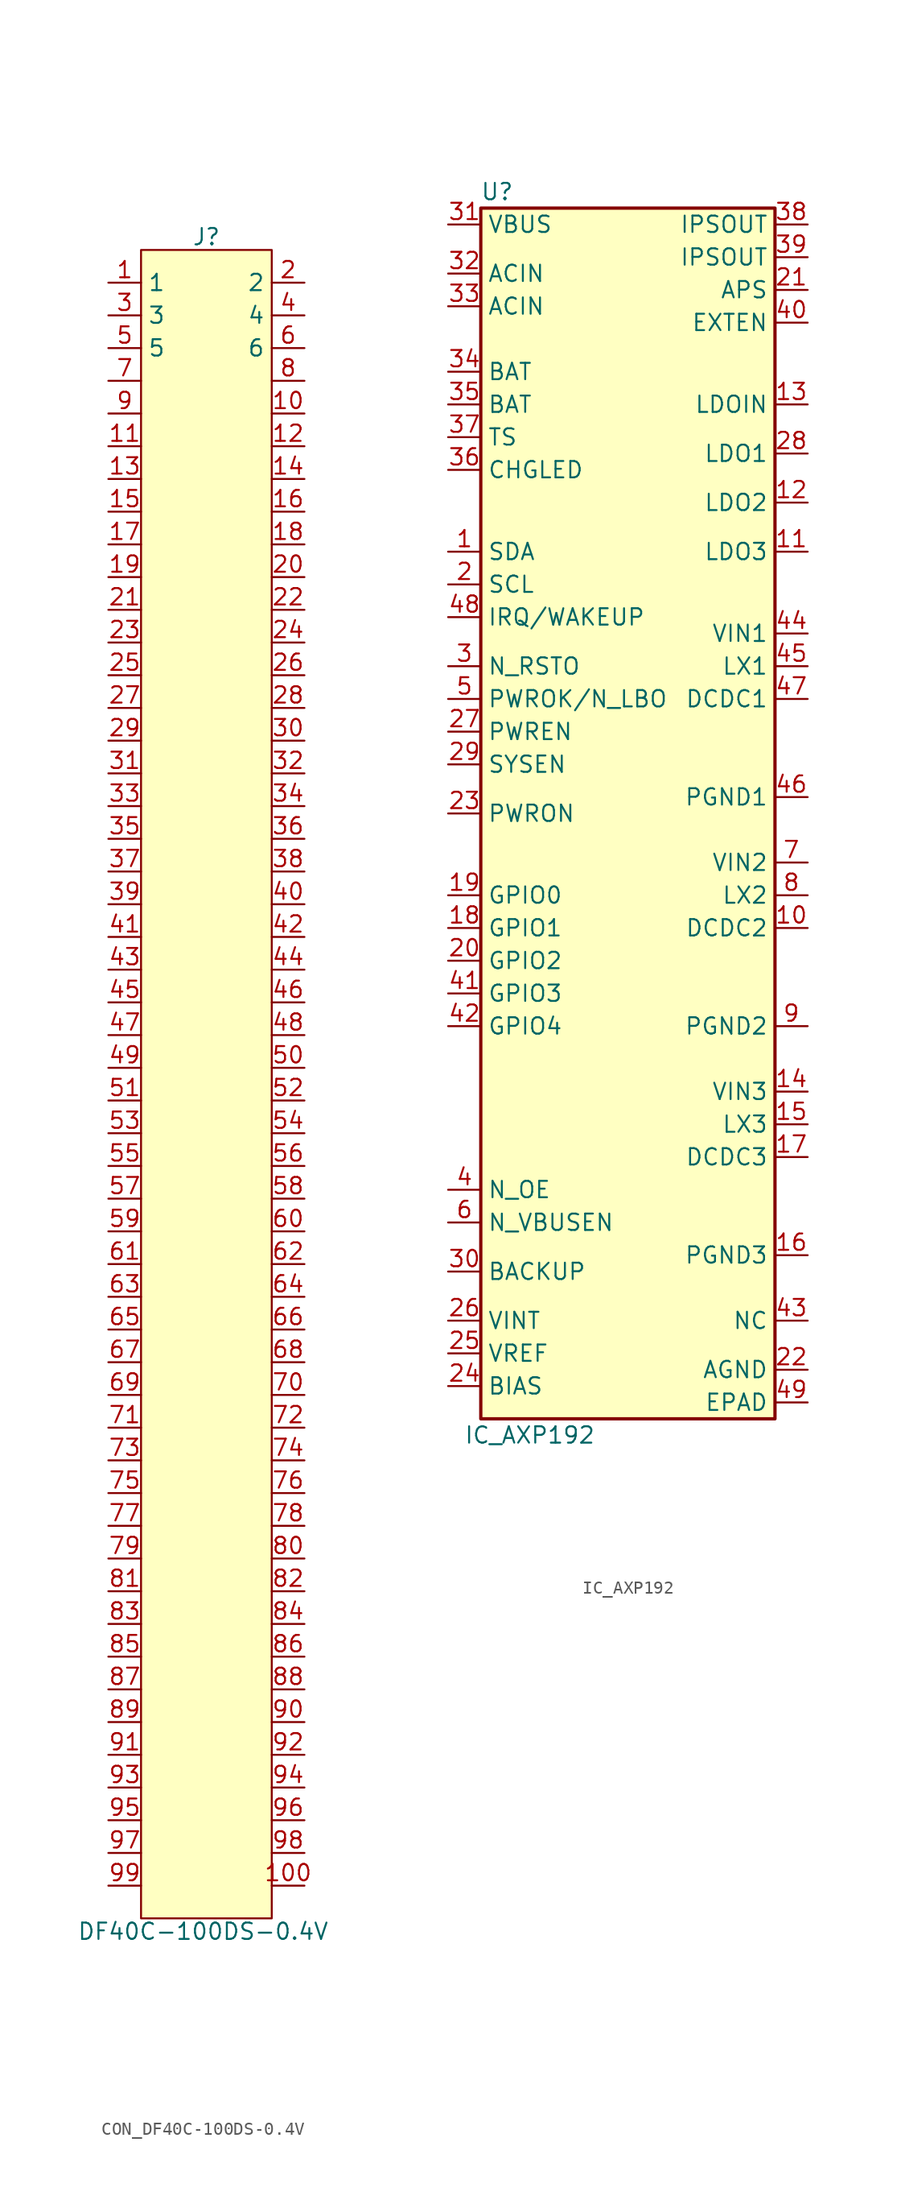
<source format=kicad_sym>
(kicad_symbol_lib
  (version 20241209)
  (generator "kicad_symbol_editor")
  (generator_version "9.0")
  (symbol "CON_DF40C-100DS-0.4V"
    (property "Reference" "J"
      (at 0 65.786 0)
      (effects (font (size 1.27 1.27))))
    (property "Value" "DF40C-100DS-0.4V"
      (at -0.254 -65.786 0)
      (effects (font (size 1.27 1.27))))
    (symbol "CON_DF40C-100DS-0.4V_1_0"
      (pin passive line (at -7.62 59.69 0) (length 2.54) (name "3" (effects (font (size 1.27 1.27)))) (number "3" (effects (font (size 1.27 1.27)))))
      (pin passive line (at -7.62 57.15 0) (length 2.54) (name "5" (effects (font (size 1.27 1.27)))) (number "5" (effects (font (size 1.27 1.27)))))
      (pin passive line (at -7.62 54.61 0) (length 2.54) (name "" (effects (font (size 1.27 1.27)))) (number "7" (effects (font (size 1.27 1.27)))))
      (pin passive line (at -7.62 52.07 0) (length 2.54) (name "" (effects (font (size 1.27 1.27)))) (number "9" (effects (font (size 1.27 1.27)))))
      (pin passive line (at -7.62 49.53 0) (length 2.54) (name "" (effects (font (size 1.27 1.27)))) (number "11" (effects (font (size 1.27 1.27)))))
      (pin passive line (at -7.62 46.99 0) (length 2.54) (name "" (effects (font (size 1.27 1.27)))) (number "13" (effects (font (size 1.27 1.27)))))
      (pin passive line (at -7.62 44.45 0) (length 2.54) (name "" (effects (font (size 1.27 1.27)))) (number "15" (effects (font (size 1.27 1.27)))))
      (pin passive line (at -7.62 41.91 0) (length 2.54) (name "" (effects (font (size 1.27 1.27)))) (number "17" (effects (font (size 1.27 1.27)))))
      (pin passive line (at -7.62 39.37 0) (length 2.54) (name "" (effects (font (size 1.27 1.27)))) (number "19" (effects (font (size 1.27 1.27)))))
      (pin passive line (at -7.62 36.83 0) (length 2.54) (name "" (effects (font (size 1.27 1.27)))) (number "21" (effects (font (size 1.27 1.27)))))
      (pin passive line (at -7.62 34.29 0) (length 2.54) (name "" (effects (font (size 1.27 1.27)))) (number "23" (effects (font (size 1.27 1.27)))))
      (pin passive line (at -7.62 31.75 0) (length 2.54) (name "" (effects (font (size 1.27 1.27)))) (number "25" (effects (font (size 1.27 1.27)))))
      (pin passive line (at -7.62 29.21 0) (length 2.54) (name "" (effects (font (size 1.27 1.27)))) (number "27" (effects (font (size 1.27 1.27)))))
      (pin passive line (at -7.62 26.67 0) (length 2.54) (name "" (effects (font (size 1.27 1.27)))) (number "29" (effects (font (size 1.27 1.27)))))
      (pin passive line (at -7.62 24.13 0) (length 2.54) (name "" (effects (font (size 1.27 1.27)))) (number "31" (effects (font (size 1.27 1.27)))))
      (pin passive line (at -7.62 21.59 0) (length 2.54) (name "" (effects (font (size 1.27 1.27)))) (number "33" (effects (font (size 1.27 1.27)))))
      (pin passive line (at -7.62 19.05 0) (length 2.54) (name "" (effects (font (size 1.27 1.27)))) (number "35" (effects (font (size 1.27 1.27)))))
      (pin passive line (at -7.62 16.51 0) (length 2.54) (name "" (effects (font (size 1.27 1.27)))) (number "37" (effects (font (size 1.27 1.27)))))
      (pin passive line (at -7.62 13.97 0) (length 2.54) (name "" (effects (font (size 1.27 1.27)))) (number "39" (effects (font (size 1.27 1.27)))))
      (pin passive line (at -7.62 11.43 0) (length 2.54) (name "" (effects (font (size 1.27 1.27)))) (number "41" (effects (font (size 1.27 1.27)))))
      (pin passive line (at -7.62 8.89 0) (length 2.54) (name "" (effects (font (size 1.27 1.27)))) (number "43" (effects (font (size 1.27 1.27)))))
      (pin passive line (at -7.62 6.35 0) (length 2.54) (name "" (effects (font (size 1.27 1.27)))) (number "45" (effects (font (size 1.27 1.27)))))
      (pin passive line (at -7.62 3.81 0) (length 2.54) (name "" (effects (font (size 1.27 1.27)))) (number "47" (effects (font (size 1.27 1.27)))))
      (pin passive line (at -7.62 1.27 0) (length 2.54) (name "" (effects (font (size 1.27 1.27)))) (number "49" (effects (font (size 1.27 1.27)))))
      (pin passive line (at -7.62 -1.27 0) (length 2.54) (name "" (effects (font (size 1.27 1.27)))) (number "51" (effects (font (size 1.27 1.27)))))
      (pin passive line (at -7.62 -3.81 0) (length 2.54) (name "" (effects (font (size 1.27 1.27)))) (number "53" (effects (font (size 1.27 1.27)))))
      (pin passive line (at -7.62 -6.35 0) (length 2.54) (name "" (effects (font (size 1.27 1.27)))) (number "55" (effects (font (size 1.27 1.27)))))
      (pin passive line (at -7.62 -8.89 0) (length 2.54) (name "" (effects (font (size 1.27 1.27)))) (number "57" (effects (font (size 1.27 1.27)))))
      (pin passive line (at -7.62 -11.43 0) (length 2.54) (name "" (effects (font (size 1.27 1.27)))) (number "59" (effects (font (size 1.27 1.27)))))
      (pin passive line (at -7.62 -13.97 0) (length 2.54) (name "" (effects (font (size 1.27 1.27)))) (number "61" (effects (font (size 1.27 1.27)))))
      (pin passive line (at -7.62 -16.51 0) (length 2.54) (name "" (effects (font (size 1.27 1.27)))) (number "63" (effects (font (size 1.27 1.27)))))
      (pin passive line (at -7.62 -19.05 0) (length 2.54) (name "" (effects (font (size 1.27 1.27)))) (number "65" (effects (font (size 1.27 1.27)))))
      (pin passive line (at -7.62 -21.59 0) (length 2.54) (name "" (effects (font (size 1.27 1.27)))) (number "67" (effects (font (size 1.27 1.27)))))
      (pin passive line (at -7.62 -24.13 0) (length 2.54) (name "" (effects (font (size 1.27 1.27)))) (number "69" (effects (font (size 1.27 1.27)))))
      (pin passive line (at -7.62 -26.67 0) (length 2.54) (name "" (effects (font (size 1.27 1.27)))) (number "71" (effects (font (size 1.27 1.27)))))
      (pin passive line (at -7.62 -29.21 0) (length 2.54) (name "" (effects (font (size 1.27 1.27)))) (number "73" (effects (font (size 1.27 1.27)))))
      (pin passive line (at -7.62 -31.75 0) (length 2.54) (name "" (effects (font (size 1.27 1.27)))) (number "75" (effects (font (size 1.27 1.27)))))
      (pin passive line (at -7.62 -34.29 0) (length 2.54) (name "" (effects (font (size 1.27 1.27)))) (number "77" (effects (font (size 1.27 1.27)))))
      (pin passive line (at -7.62 -36.83 0) (length 2.54) (name "" (effects (font (size 1.27 1.27)))) (number "79" (effects (font (size 1.27 1.27)))))
      (pin passive line (at -7.62 -39.37 0) (length 2.54) (name "" (effects (font (size 1.27 1.27)))) (number "81" (effects (font (size 1.27 1.27)))))
      (pin passive line (at -7.62 -41.91 0) (length 2.54) (name "" (effects (font (size 1.27 1.27)))) (number "83" (effects (font (size 1.27 1.27)))))
      (pin passive line (at -7.62 -44.45 0) (length 2.54) (name "" (effects (font (size 1.27 1.27)))) (number "85" (effects (font (size 1.27 1.27)))))
      (pin passive line (at -7.62 -46.99 0) (length 2.54) (name "" (effects (font (size 1.27 1.27)))) (number "87" (effects (font (size 1.27 1.27)))))
      (pin passive line (at -7.62 -49.53 0) (length 2.54) (name "" (effects (font (size 1.27 1.27)))) (number "89" (effects (font (size 1.27 1.27)))))
      (pin passive line (at -7.62 -52.07 0) (length 2.54) (name "" (effects (font (size 1.27 1.27)))) (number "91" (effects (font (size 1.27 1.27)))))
      (pin passive line (at -7.62 -54.61 0) (length 2.54) (name "" (effects (font (size 1.27 1.27)))) (number "93" (effects (font (size 1.27 1.27)))))
      (pin passive line (at -7.62 -57.15 0) (length 2.54) (name "" (effects (font (size 1.27 1.27)))) (number "95" (effects (font (size 1.27 1.27)))))
      (pin passive line (at -7.62 -59.69 0) (length 2.54) (name "" (effects (font (size 1.27 1.27)))) (number "97" (effects (font (size 1.27 1.27)))))
      (pin passive line (at -7.62 -62.23 0) (length 2.54) (name "" (effects (font (size 1.27 1.27)))) (number "99" (effects (font (size 1.27 1.27)))))
      (pin passive line (at 7.62 62.23 180) (length 2.54) (name "2" (effects (font (size 1.27 1.27)))) (number "2" (effects (font (size 1.27 1.27)))))
      (pin passive line (at 7.62 59.69 180) (length 2.54) (name "4" (effects (font (size 1.27 1.27)))) (number "4" (effects (font (size 1.27 1.27)))))
      (pin passive line (at 7.62 57.15 180) (length 2.54) (name "6" (effects (font (size 1.27 1.27)))) (number "6" (effects (font (size 1.27 1.27)))))
      (pin passive line (at 7.62 54.61 180) (length 2.54) (name "" (effects (font (size 1.27 1.27)))) (number "8" (effects (font (size 1.27 1.27)))))
      (pin passive line (at 7.62 52.07 180) (length 2.54) (name "" (effects (font (size 1.27 1.27)))) (number "10" (effects (font (size 1.27 1.27)))))
      (pin passive line (at 7.62 49.53 180) (length 2.54) (name "" (effects (font (size 1.27 1.27)))) (number "12" (effects (font (size 1.27 1.27)))))
      (pin passive line (at 7.62 46.99 180) (length 2.54) (name "" (effects (font (size 1.27 1.27)))) (number "14" (effects (font (size 1.27 1.27)))))
      (pin passive line (at 7.62 44.45 180) (length 2.54) (name "" (effects (font (size 1.27 1.27)))) (number "16" (effects (font (size 1.27 1.27)))))
      (pin passive line (at 7.62 41.91 180) (length 2.54) (name "" (effects (font (size 1.27 1.27)))) (number "18" (effects (font (size 1.27 1.27)))))
      (pin passive line (at 7.62 39.37 180) (length 2.54) (name "" (effects (font (size 1.27 1.27)))) (number "20" (effects (font (size 1.27 1.27)))))
      (pin passive line (at 7.62 36.83 180) (length 2.54) (name "" (effects (font (size 1.27 1.27)))) (number "22" (effects (font (size 1.27 1.27)))))
      (pin passive line (at 7.62 34.29 180) (length 2.54) (name "" (effects (font (size 1.27 1.27)))) (number "24" (effects (font (size 1.27 1.27)))))
      (pin passive line (at 7.62 31.75 180) (length 2.54) (name "" (effects (font (size 1.27 1.27)))) (number "26" (effects (font (size 1.27 1.27)))))
      (pin passive line (at 7.62 29.21 180) (length 2.54) (name "" (effects (font (size 1.27 1.27)))) (number "28" (effects (font (size 1.27 1.27)))))
      (pin passive line (at 7.62 26.67 180) (length 2.54) (name "" (effects (font (size 1.27 1.27)))) (number "30" (effects (font (size 1.27 1.27)))))
      (pin passive line (at 7.62 24.13 180) (length 2.54) (name "" (effects (font (size 1.27 1.27)))) (number "32" (effects (font (size 1.27 1.27)))))
      (pin passive line (at 7.62 21.59 180) (length 2.54) (name "" (effects (font (size 1.27 1.27)))) (number "34" (effects (font (size 1.27 1.27)))))
      (pin passive line (at 7.62 19.05 180) (length 2.54) (name "" (effects (font (size 1.27 1.27)))) (number "36" (effects (font (size 1.27 1.27)))))
      (pin passive line (at 7.62 16.51 180) (length 2.54) (name "" (effects (font (size 1.27 1.27)))) (number "38" (effects (font (size 1.27 1.27)))))
      (pin passive line (at 7.62 13.97 180) (length 2.54) (name "" (effects (font (size 1.27 1.27)))) (number "40" (effects (font (size 1.27 1.27)))))
      (pin passive line (at 7.62 11.43 180) (length 2.54) (name "" (effects (font (size 1.27 1.27)))) (number "42" (effects (font (size 1.27 1.27)))))
      (pin passive line (at 7.62 8.89 180) (length 2.54) (name "" (effects (font (size 1.27 1.27)))) (number "44" (effects (font (size 1.27 1.27)))))
      (pin passive line (at 7.62 6.35 180) (length 2.54) (name "" (effects (font (size 1.27 1.27)))) (number "46" (effects (font (size 1.27 1.27)))))
      (pin passive line (at 7.62 3.81 180) (length 2.54) (name "" (effects (font (size 1.27 1.27)))) (number "48" (effects (font (size 1.27 1.27)))))
      (pin passive line (at 7.62 1.27 180) (length 2.54) (name "" (effects (font (size 1.27 1.27)))) (number "50" (effects (font (size 1.27 1.27)))))
      (pin passive line (at 7.62 -1.27 180) (length 2.54) (name "" (effects (font (size 1.27 1.27)))) (number "52" (effects (font (size 1.27 1.27)))))
      (pin passive line (at 7.62 -3.81 180) (length 2.54) (name "" (effects (font (size 1.27 1.27)))) (number "54" (effects (font (size 1.27 1.27)))))
      (pin passive line (at 7.62 -6.35 180) (length 2.54) (name "" (effects (font (size 1.27 1.27)))) (number "56" (effects (font (size 1.27 1.27)))))
      (pin passive line (at 7.62 -8.89 180) (length 2.54) (name "" (effects (font (size 1.27 1.27)))) (number "58" (effects (font (size 1.27 1.27)))))
      (pin passive line (at 7.62 -11.43 180) (length 2.54) (name "" (effects (font (size 1.27 1.27)))) (number "60" (effects (font (size 1.27 1.27)))))
      (pin passive line (at 7.62 -13.97 180) (length 2.54) (name "" (effects (font (size 1.27 1.27)))) (number "62" (effects (font (size 1.27 1.27)))))
      (pin passive line (at 7.62 -16.51 180) (length 2.54) (name "" (effects (font (size 1.27 1.27)))) (number "64" (effects (font (size 1.27 1.27)))))
      (pin passive line (at 7.62 -19.05 180) (length 2.54) (name "" (effects (font (size 1.27 1.27)))) (number "66" (effects (font (size 1.27 1.27)))))
      (pin passive line (at 7.62 -21.59 180) (length 2.54) (name "" (effects (font (size 1.27 1.27)))) (number "68" (effects (font (size 1.27 1.27)))))
      (pin passive line (at 7.62 -24.13 180) (length 2.54) (name "" (effects (font (size 1.27 1.27)))) (number "70" (effects (font (size 1.27 1.27)))))
      (pin passive line (at 7.62 -26.67 180) (length 2.54) (name "" (effects (font (size 1.27 1.27)))) (number "72" (effects (font (size 1.27 1.27)))))
      (pin passive line (at 7.62 -29.21 180) (length 2.54) (name "" (effects (font (size 1.27 1.27)))) (number "74" (effects (font (size 1.27 1.27)))))
      (pin passive line (at 7.62 -31.75 180) (length 2.54) (name "" (effects (font (size 1.27 1.27)))) (number "76" (effects (font (size 1.27 1.27)))))
      (pin passive line (at 7.62 -34.29 180) (length 2.54) (name "" (effects (font (size 1.27 1.27)))) (number "78" (effects (font (size 1.27 1.27)))))
      (pin passive line (at 7.62 -36.83 180) (length 2.54) (name "" (effects (font (size 1.27 1.27)))) (number "80" (effects (font (size 1.27 1.27)))))
      (pin passive line (at 7.62 -39.37 180) (length 2.54) (name "" (effects (font (size 1.27 1.27)))) (number "82" (effects (font (size 1.27 1.27)))))
      (pin passive line (at 7.62 -41.91 180) (length 2.54) (name "" (effects (font (size 1.27 1.27)))) (number "84" (effects (font (size 1.27 1.27)))))
      (pin passive line (at 7.62 -44.45 180) (length 2.54) (name "" (effects (font (size 1.27 1.27)))) (number "86" (effects (font (size 1.27 1.27)))))
      (pin passive line (at 7.62 -46.99 180) (length 2.54) (name "" (effects (font (size 1.27 1.27)))) (number "88" (effects (font (size 1.27 1.27)))))
      (pin passive line (at 7.62 -49.53 180) (length 2.54) (name "" (effects (font (size 1.27 1.27)))) (number "90" (effects (font (size 1.27 1.27)))))
      (pin passive line (at 7.62 -52.07 180) (length 2.54) (name "" (effects (font (size 1.27 1.27)))) (number "92" (effects (font (size 1.27 1.27)))))
      (pin passive line (at 7.62 -54.61 180) (length 2.54) (name "" (effects (font (size 1.27 1.27)))) (number "94" (effects (font (size 1.27 1.27)))))
      (pin passive line (at 7.62 -57.15 180) (length 2.54) (name "" (effects (font (size 1.27 1.27)))) (number "96" (effects (font (size 1.27 1.27)))))
      (pin passive line (at 7.62 -59.69 180) (length 2.54) (name "" (effects (font (size 1.27 1.27)))) (number "98" (effects (font (size 1.27 1.27)))))
      (pin passive line (at 7.62 -62.23 180) (length 2.54) (name "" (effects (font (size 1.27 1.27)))) (number "100" (effects (font (size 1.27 1.27))))))
    (symbol "CON_DF40C-100DS-0.4V_1_1"
      (rectangle (start -5.08 64.77) (end 5.08 -64.77) (stroke (width 0) (type default)) (fill (type background)))
      (pin passive line (at -7.62 62.23 0) (length 2.54) (name "1" (effects (font (size 1.27 1.27)))) (number "1" (effects (font (size 1.27 1.27)))))))
  (symbol "IC_AXP192"
    (property "Reference" "U"
      (at -10.16 48.26 0)
      (effects (font (size 1.27 1.27))))
    (property "Value" "IC_AXP192"
      (at -7.62 -48.26 0)
      (effects (font (size 1.27 1.27))))
    (symbol "IC_AXP192_0_0"
      (pin passive line (at -13.97 45.72 0) (length 2.54) (name "VBUS" (effects (font (size 1.27 1.27)))) (number "31" (effects (font (size 1.27 1.27)))))
      (pin passive line (at -13.97 41.91 0) (length 2.54) (name "ACIN" (effects (font (size 1.27 1.27)))) (number "32" (effects (font (size 1.27 1.27)))))
      (pin passive line (at -13.97 39.37 0) (length 2.54) (name "ACIN" (effects (font (size 1.27 1.27)))) (number "33" (effects (font (size 1.27 1.27)))))
      (pin bidirectional line (at -13.97 34.29 0) (length 2.54) (name "BAT" (effects (font (size 1.27 1.27)))) (number "34" (effects (font (size 1.27 1.27)))))
      (pin bidirectional line (at -13.97 31.75 0) (length 2.54) (name "BAT" (effects (font (size 1.27 1.27)))) (number "35" (effects (font (size 1.27 1.27)))))
      (pin input line (at -13.97 29.21 0) (length 2.54) (name "TS" (effects (font (size 1.27 1.27)))) (number "37" (effects (font (size 1.27 1.27)))))
      (pin output line (at -13.97 26.67 0) (length 2.54) (name "CHGLED" (effects (font (size 1.27 1.27)))) (number "36" (effects (font (size 1.27 1.27)))))
      (pin bidirectional line (at -13.97 20.32 0) (length 2.54) (name "SDA" (effects (font (size 1.27 1.27)))) (number "1" (effects (font (size 1.27 1.27)))))
      (pin input line (at -13.97 17.78 0) (length 2.54) (name "SCL" (effects (font (size 1.27 1.27)))) (number "2" (effects (font (size 1.27 1.27)))))
      (pin bidirectional line (at -13.97 15.24 0) (length 2.54) (name "IRQ/WAKEUP" (effects (font (size 1.27 1.27)))) (number "48" (effects (font (size 1.27 1.27)))))
      (pin bidirectional line (at -13.97 11.43 0) (length 2.54) (name "N_RSTO" (effects (font (size 1.27 1.27)))) (number "3" (effects (font (size 1.27 1.27)))))
      (pin output line (at -13.97 8.89 0) (length 2.54) (name "PWROK/N_LBO" (effects (font (size 1.27 1.27)))) (number "5" (effects (font (size 1.27 1.27)))))
      (pin bidirectional line (at -13.97 6.35 0) (length 2.54) (name "PWREN" (effects (font (size 1.27 1.27)))) (number "27" (effects (font (size 1.27 1.27)))))
      (pin bidirectional line (at -13.97 3.81 0) (length 2.54) (name "SYSEN" (effects (font (size 1.27 1.27)))) (number "29" (effects (font (size 1.27 1.27)))))
      (pin input line (at -13.97 0 0) (length 2.54) (name "PWRON" (effects (font (size 1.27 1.27)))) (number "23" (effects (font (size 1.27 1.27)))))
      (pin bidirectional line (at -13.97 -6.35 0) (length 2.54) (name "GPIO0" (effects (font (size 1.27 1.27)))) (number "19" (effects (font (size 1.27 1.27)))))
      (pin bidirectional line (at -13.97 -8.89 0) (length 2.54) (name "GPIO1" (effects (font (size 1.27 1.27)))) (number "18" (effects (font (size 1.27 1.27)))))
      (pin bidirectional line (at -13.97 -11.43 0) (length 2.54) (name "GPIO2" (effects (font (size 1.27 1.27)))) (number "20" (effects (font (size 1.27 1.27)))))
      (pin input line (at -13.97 -13.97 0) (length 2.54) (name "GPIO3" (effects (font (size 1.27 1.27)))) (number "41" (effects (font (size 1.27 1.27)))))
      (pin input line (at -13.97 -16.51 0) (length 2.54) (name "GPIO4" (effects (font (size 1.27 1.27)))) (number "42" (effects (font (size 1.27 1.27)))))
      (pin input line (at -13.97 -29.21 0) (length 2.54) (name "N_OE" (effects (font (size 1.27 1.27)))) (number "4" (effects (font (size 1.27 1.27)))))
      (pin input line (at -13.97 -31.75 0) (length 2.54) (name "N_VBUSEN" (effects (font (size 1.27 1.27)))) (number "6" (effects (font (size 1.27 1.27)))))
      (pin bidirectional line (at -13.97 -35.56 0) (length 2.54) (name "BACKUP" (effects (font (size 1.27 1.27)))) (number "30" (effects (font (size 1.27 1.27)))))
      (pin passive line (at -13.97 -39.37 0) (length 2.54) (name "VINT" (effects (font (size 1.27 1.27)))) (number "26" (effects (font (size 1.27 1.27)))))
      (pin output line (at -13.97 -41.91 0) (length 2.54) (name "VREF" (effects (font (size 1.27 1.27)))) (number "25" (effects (font (size 1.27 1.27)))))
      (pin bidirectional line (at -13.97 -44.45 0) (length 2.54) (name "BIAS" (effects (font (size 1.27 1.27)))) (number "24" (effects (font (size 1.27 1.27)))))
      (pin passive line (at 13.97 45.72 180) (length 2.54) (name "IPSOUT" (effects (font (size 1.27 1.27)))) (number "38" (effects (font (size 1.27 1.27)))))
      (pin passive line (at 13.97 40.64 180) (length 2.54) (name "APS" (effects (font (size 1.27 1.27)))) (number "21" (effects (font (size 1.27 1.27)))))
      (pin output line (at 13.97 38.1 180) (length 2.54) (name "EXTEN" (effects (font (size 1.27 1.27)))) (number "40" (effects (font (size 1.27 1.27)))))
      (pin passive line (at 13.97 31.75 180) (length 2.54) (name "LDOIN" (effects (font (size 1.27 1.27)))) (number "13" (effects (font (size 1.27 1.27)))))
      (pin passive line (at 13.97 27.94 180) (length 2.54) (name "LDO1" (effects (font (size 1.27 1.27)))) (number "28" (effects (font (size 1.27 1.27)))))
      (pin passive line (at 13.97 24.13 180) (length 2.54) (name "LDO2" (effects (font (size 1.27 1.27)))) (number "12" (effects (font (size 1.27 1.27)))))
      (pin passive line (at 13.97 20.32 180) (length 2.54) (name "LDO3" (effects (font (size 1.27 1.27)))) (number "11" (effects (font (size 1.27 1.27)))))
      (pin passive line (at 13.97 13.97 180) (length 2.54) (name "VIN1" (effects (font (size 1.27 1.27)))) (number "44" (effects (font (size 1.27 1.27)))))
      (pin bidirectional line (at 13.97 11.43 180) (length 2.54) (name "LX1" (effects (font (size 1.27 1.27)))) (number "45" (effects (font (size 1.27 1.27)))))
      (pin input line (at 13.97 8.89 180) (length 2.54) (name "DCDC1" (effects (font (size 1.27 1.27)))) (number "47" (effects (font (size 1.27 1.27)))))
      (pin passive line (at 13.97 1.27 180) (length 2.54) (name "PGND1" (effects (font (size 1.27 1.27)))) (number "46" (effects (font (size 1.27 1.27)))))
      (pin passive line (at 13.97 -3.81 180) (length 2.54) (name "VIN2" (effects (font (size 1.27 1.27)))) (number "7" (effects (font (size 1.27 1.27)))))
      (pin bidirectional line (at 13.97 -6.35 180) (length 2.54) (name "LX2" (effects (font (size 1.27 1.27)))) (number "8" (effects (font (size 1.27 1.27)))))
      (pin input line (at 13.97 -8.89 180) (length 2.54) (name "DCDC2" (effects (font (size 1.27 1.27)))) (number "10" (effects (font (size 1.27 1.27)))))
      (pin passive line (at 13.97 -16.51 180) (length 2.54) (name "PGND2" (effects (font (size 1.27 1.27)))) (number "9" (effects (font (size 1.27 1.27)))))
      (pin passive line (at 13.97 -21.59 180) (length 2.54) (name "VIN3" (effects (font (size 1.27 1.27)))) (number "14" (effects (font (size 1.27 1.27)))))
      (pin bidirectional line (at 13.97 -24.13 180) (length 2.54) (name "LX3" (effects (font (size 1.27 1.27)))) (number "15" (effects (font (size 1.27 1.27)))))
      (pin input line (at 13.97 -26.67 180) (length 2.54) (name "DCDC3" (effects (font (size 1.27 1.27)))) (number "17" (effects (font (size 1.27 1.27)))))
      (pin passive line (at 13.97 -34.29 180) (length 2.54) (name "PGND3" (effects (font (size 1.27 1.27)))) (number "16" (effects (font (size 1.27 1.27)))))
      (pin output line (at 13.97 -39.37 180) (length 2.54) (name "NC" (effects (font (size 1.27 1.27)))) (number "43" (effects (font (size 1.27 1.27)))))
      (pin passive line (at 13.97 -43.18 180) (length 2.54) (name "AGND" (effects (font (size 1.27 1.27)))) (number "22" (effects (font (size 1.27 1.27)))))
      (pin passive line (at 13.97 -45.72 180) (length 2.54) (name "EPAD" (effects (font (size 1.27 1.27)))) (number "49" (effects (font (size 1.27 1.27))))))
    (symbol "IC_AXP192_0_1"
      (rectangle (start -11.43 46.99) (end 11.43 -46.99) (stroke (width 0.254) (type default)) (fill (type background))))
    (symbol "IC_AXP192_1_0"
      (pin passive line (at 13.97 43.18 180) (length 2.54) (name "IPSOUT" (effects (font (size 1.27 1.27)))) (number "39" (effects (font (size 1.27 1.27))))))))
</source>
